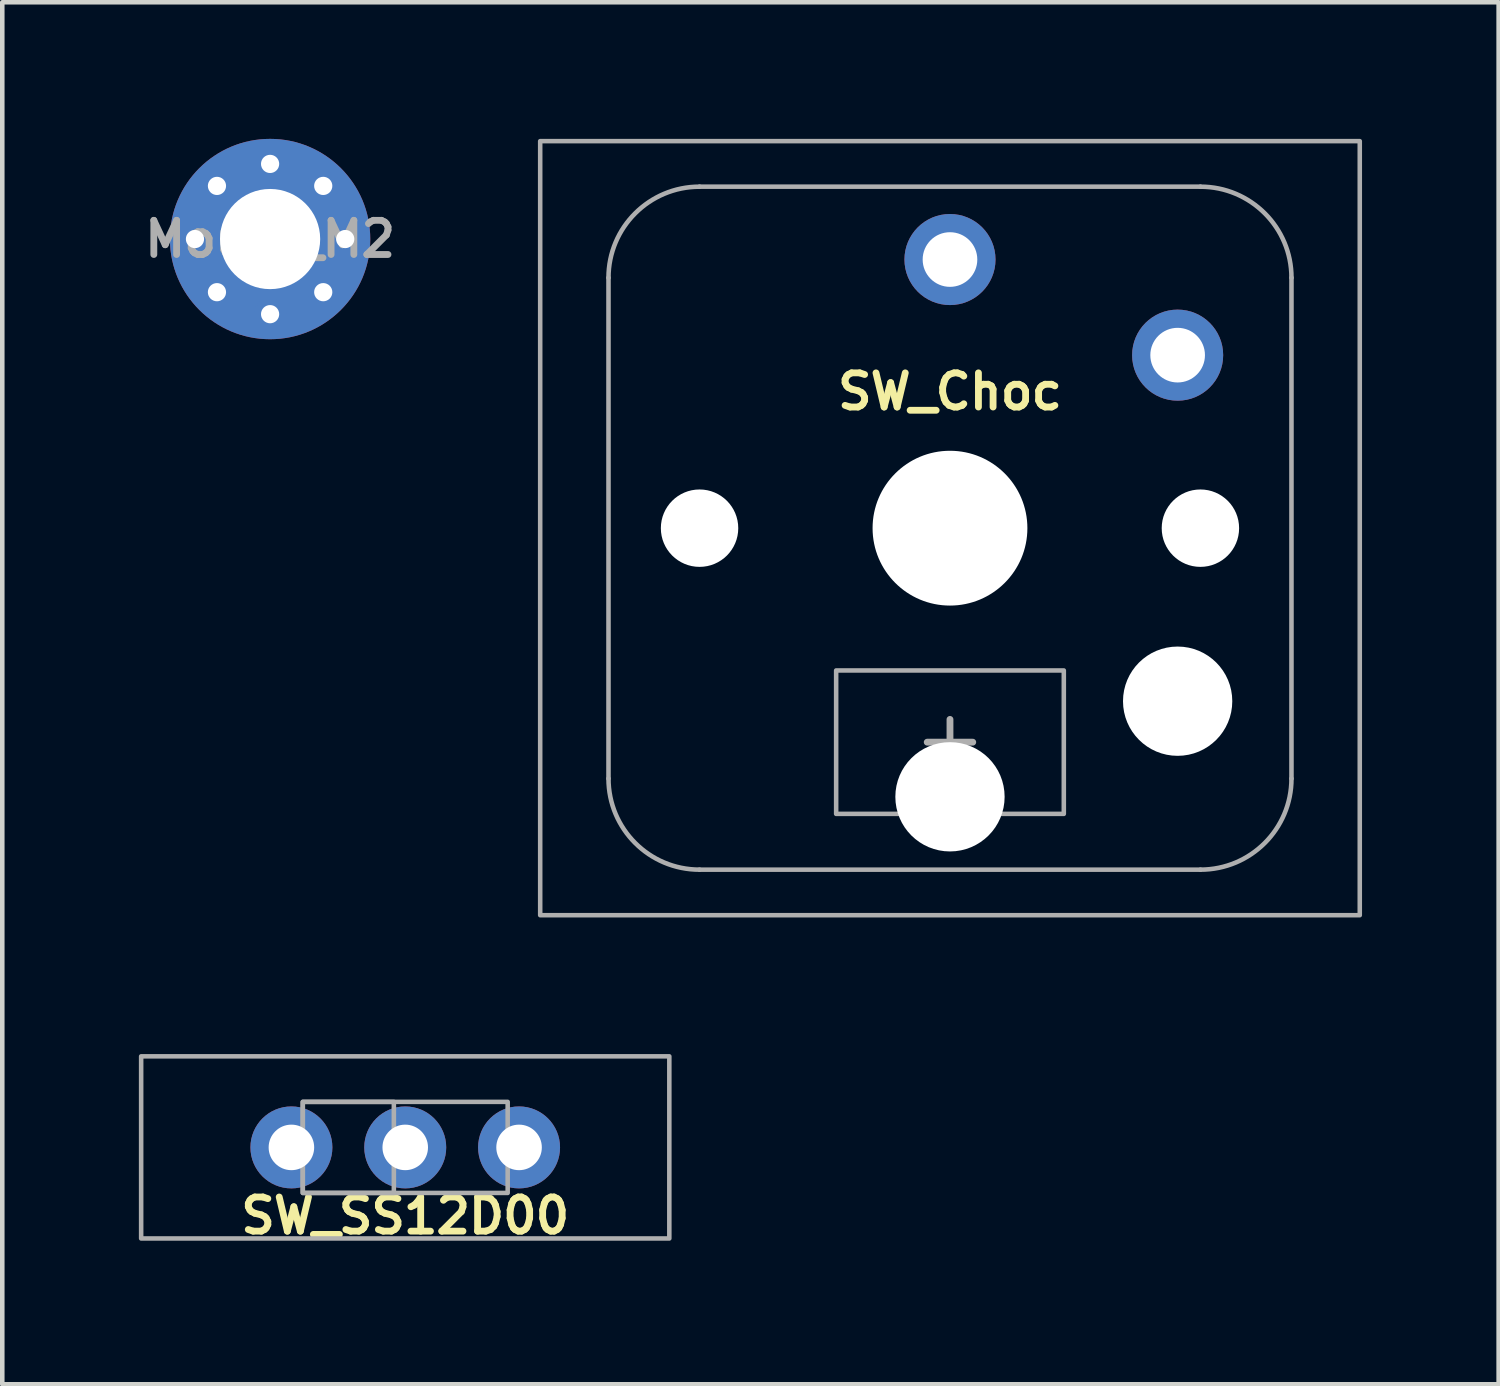
<source format=kicad_pcb>
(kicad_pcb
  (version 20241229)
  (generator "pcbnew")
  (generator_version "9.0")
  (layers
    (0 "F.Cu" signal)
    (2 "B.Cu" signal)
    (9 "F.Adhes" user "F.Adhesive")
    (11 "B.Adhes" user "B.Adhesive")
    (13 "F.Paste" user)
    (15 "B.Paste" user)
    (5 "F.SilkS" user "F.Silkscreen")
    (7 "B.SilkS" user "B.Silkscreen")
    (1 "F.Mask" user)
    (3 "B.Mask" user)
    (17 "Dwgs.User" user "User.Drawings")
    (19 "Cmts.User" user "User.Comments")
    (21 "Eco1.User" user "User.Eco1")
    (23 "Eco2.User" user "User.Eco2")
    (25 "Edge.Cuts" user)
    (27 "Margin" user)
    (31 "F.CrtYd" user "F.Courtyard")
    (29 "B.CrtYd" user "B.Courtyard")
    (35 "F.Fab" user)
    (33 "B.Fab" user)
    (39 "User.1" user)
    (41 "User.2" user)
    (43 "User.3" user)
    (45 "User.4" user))
  (footprint "SW_SS12D00"
    (layer "F.Cu")
    (at 5.85 22.15)
    (property "Reference" "SW_SS12D00" (at 0 1.5 0) (layer "F.SilkS") (effects (font (size 0.75 0.75) (thickness 0.15))))
    (attr through_hole)
    (fp_rect (start -5.8 -2) (end 5.8 2) (stroke (width 0.1) (type default)) (fill no) (layer "F.Fab"))
    (fp_rect (start -2.25 -1) (end -0.25 1) (stroke (width 0.1) (type default)) (fill no) (layer "F.Fab"))
    (fp_rect (start -2.25 -1) (end 2.25 1) (stroke (width 0.1) (type default)) (fill no) (layer "F.Fab"))
    (pad "1" thru_hole circle (at -2.5 0) (size 1.8 1.8) (drill 1) (layers "*.Cu" "*.Mask"))
    (pad "2" thru_hole circle (at 0 0) (size 1.8 1.8) (drill 1) (layers "*.Cu" "*.Mask"))
    (pad "3" thru_hole circle (at 2.5 0) (size 1.8 1.8) (drill 1) (layers "*.Cu" "*.Mask")))
  (footprint "Mount_M2"
    (layer "F.Cu")
    (at 2.882 2.2)
    (property "Reference" "Mount_M2" (at 0 0 0) (layer "F.Fab") (effects (font (size 0.75 0.75) (thickness 0.15))))
    (attr exclude_from_pos_files exclude_from_bom)
    (pad "1" thru_hole circle (at -1.65 0) (size 0.7 0.7) (drill 0.4) (layers "*.Cu" "*.Mask"))
    (pad "1" thru_hole circle (at -1.167 -1.167) (size 0.7 0.7) (drill 0.4) (layers "*.Cu" "*.Mask"))
    (pad "1" thru_hole circle (at -1.167 1.167) (size 0.7 0.7) (drill 0.4) (layers "*.Cu" "*.Mask"))
    (pad "1" thru_hole circle (at 0 -1.65) (size 0.7 0.7) (drill 0.4) (layers "*.Cu" "*.Mask"))
    (pad "1" thru_hole circle (at 0 0) (size 4.4 4.4) (drill 2.2) (layers "*.Cu" "*.Mask"))
    (pad "1" thru_hole circle (at 0 1.65) (size 0.7 0.7) (drill 0.4) (layers "*.Cu" "*.Mask"))
    (pad "1" thru_hole circle (at 1.167 -1.167) (size 0.7 0.7) (drill 0.4) (layers "*.Cu" "*.Mask"))
    (pad "1" thru_hole circle (at 1.167 1.167) (size 0.7 0.7) (drill 0.4) (layers "*.Cu" "*.Mask"))
    (pad "1" thru_hole circle (at 1.65 0) (size 0.7 0.7) (drill 0.4) (layers "*.Cu" "*.Mask")))
  (footprint "SW_Choc"
    (layer "F.Cu")
    (at 17.814 8.55)
    (property "Reference" "SW_Choc" (at 0 -3 0) (layer "F.SilkS") (effects (font (size 0.75 0.75) (thickness 0.15))))
    (attr through_hole)
    (fp_line (start -7.5 5.5) (end -7.5 -5.5) (stroke (width 0.1) (type solid)) (layer "F.Fab"))
    (fp_line (start -0.5 4.7) (end 0 4.7) (stroke (width 0.15) (type solid)) (layer "F.Fab"))
    (fp_line (start 0 4.2) (end 0 4.7) (stroke (width 0.15) (type solid)) (layer "F.Fab"))
    (fp_line (start 0 4.7) (end 0 5.2) (stroke (width 0.15) (type solid)) (layer "F.Fab"))
    (fp_line (start 0 4.7) (end 0.5 4.7) (stroke (width 0.15) (type solid)) (layer "F.Fab"))
    (fp_line (start 5.5 -7.5) (end -5.5 -7.5) (stroke (width 0.1) (type solid)) (layer "F.Fab"))
    (fp_line (start 5.5 7.5) (end -5.5 7.5) (stroke (width 0.1) (type solid)) (layer "F.Fab"))
    (fp_line (start 7.5 5.5) (end 7.5 -5.5) (stroke (width 0.1) (type solid)) (layer "F.Fab"))
    (fp_rect (start -9 -8.5) (end 9 8.5) (stroke (width 0.1) (type default)) (fill no) (layer "F.Fab"))
    (fp_rect (start -2.5 3.125) (end 2.5 6.275) (stroke (width 0.1) (type default)) (fill no) (layer "F.Fab"))
    (fp_arc (start -7.5 -5.5) (mid -6.914214 -6.914213) (end -5.5 -7.5) (stroke (width 0.1) (type solid)) (layer "F.Fab"))
    (fp_arc (start -5.5 7.5) (mid -6.914213 6.914214) (end -7.5 5.5) (stroke (width 0.1) (type solid)) (layer "F.Fab"))
    (fp_arc (start 5.5 -7.5) (mid 6.914213 -6.914214) (end 7.5 -5.5) (stroke (width 0.1) (type solid)) (layer "F.Fab"))
    (fp_arc (start 7.5 5.5) (mid 6.914214 6.914213) (end 5.5 7.5) (stroke (width 0.1) (type solid)) (layer "F.Fab"))
    (pad "" np_thru_hole circle (at -5.5 0) (size 1.7 1.7) (drill 1.7) (layers "*.Cu" "*.Mask"))
    (pad "" np_thru_hole circle (at 0 0) (size 3.4 3.4) (drill 3.4) (layers "*.Cu" "*.Mask"))
    (pad "" np_thru_hole circle (at 0 5.9) (size 2.4 2.4) (drill 2.4) (layers "*.Cu" "*.Mask"))
    (pad "" np_thru_hole circle (at 5 3.8) (size 2.4 2.4) (drill 2.4) (layers "*.Cu" "*.Mask"))
    (pad "" np_thru_hole circle (at 5.5 0) (size 1.7 1.7) (drill 1.7) (layers "*.Cu" "*.Mask"))
    (pad "1" thru_hole circle (at 0 -5.9) (size 2 2) (drill 1.2) (layers "*.Cu" "*.Mask"))
    (pad "2" thru_hole circle (at 5 -3.8) (size 2 2) (drill 1.2) (layers "*.Cu" "*.Mask")))
  (gr_rect
    (start -3 -3)
    (end 29.864 27.352)
    (stroke (width 0.1) (type default))
    (fill no)
    (layer "Edge.Cuts")))
</source>
